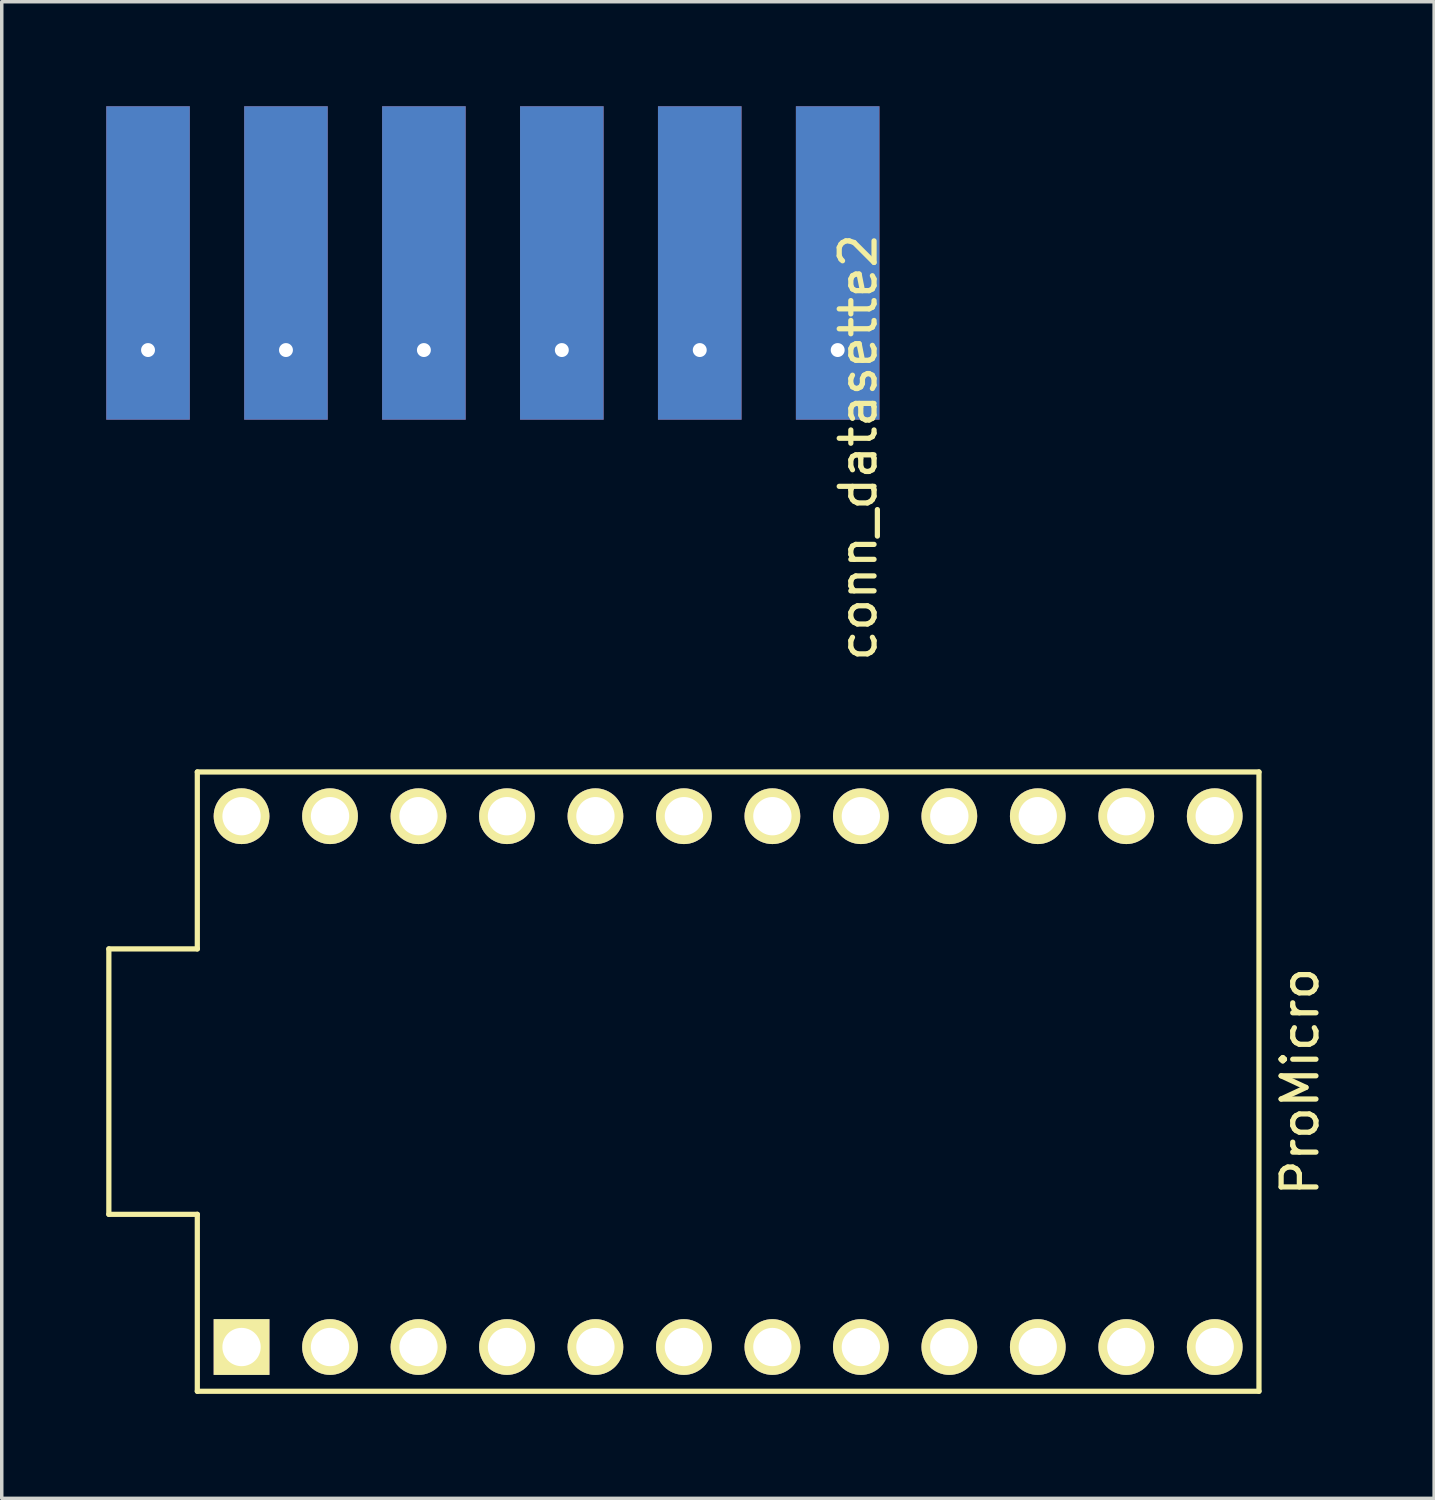
<source format=kicad_pcb>
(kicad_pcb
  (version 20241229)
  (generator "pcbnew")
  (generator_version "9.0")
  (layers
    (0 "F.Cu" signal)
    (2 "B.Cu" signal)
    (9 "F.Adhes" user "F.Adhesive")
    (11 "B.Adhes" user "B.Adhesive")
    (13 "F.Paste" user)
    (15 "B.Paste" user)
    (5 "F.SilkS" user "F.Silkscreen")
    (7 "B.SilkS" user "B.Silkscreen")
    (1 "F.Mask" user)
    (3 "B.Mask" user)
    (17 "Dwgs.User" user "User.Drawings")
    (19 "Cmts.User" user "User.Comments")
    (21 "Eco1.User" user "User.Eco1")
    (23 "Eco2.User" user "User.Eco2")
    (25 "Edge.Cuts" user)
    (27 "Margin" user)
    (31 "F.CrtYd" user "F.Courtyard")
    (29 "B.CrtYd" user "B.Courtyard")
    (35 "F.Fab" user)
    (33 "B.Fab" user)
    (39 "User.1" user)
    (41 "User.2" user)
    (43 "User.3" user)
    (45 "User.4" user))
  (footprint "ProMicro"
    (layer "F.Cu")
    (at 17.855 28.003)
    (property "Reference" "ProMicro" (at 16.421 0 90) (layer "F.SilkS") (effects (font (size 1 1) (thickness 0.15))))
    (attr through_hole)
    (fp_line (start -17.78 -3.81) (end -15.24 -3.81) (stroke (width 0.15) (type solid)) (layer "F.SilkS"))
    (fp_line (start -17.78 3.81) (end -17.78 -3.81) (stroke (width 0.15) (type solid)) (layer "F.SilkS"))
    (fp_line (start -15.24 -8.89) (end 15.24 -8.89) (stroke (width 0.15) (type solid)) (layer "F.SilkS"))
    (fp_line (start -15.24 -3.81) (end -15.24 -8.89) (stroke (width 0.15) (type solid)) (layer "F.SilkS"))
    (fp_line (start -15.24 3.81) (end -17.78 3.81) (stroke (width 0.15) (type solid)) (layer "F.SilkS"))
    (fp_line (start -15.24 8.89) (end -15.24 3.81) (stroke (width 0.15) (type solid)) (layer "F.SilkS"))
    (fp_line (start -15.24 8.89) (end 15.24 8.89) (stroke (width 0.15) (type solid)) (layer "F.SilkS"))
    (fp_line (start 15.24 -8.89) (end 15.24 8.89) (stroke (width 0.15) (type solid)) (layer "F.SilkS"))
    (pad "1" thru_hole rect (at -13.97 7.62) (size 1.6 1.6) (drill 1.1) (layers "*.Cu" "*.Mask" "F.SilkS"))
    (pad "2" thru_hole circle (at -11.43 7.62) (size 1.6 1.6) (drill 1.1) (layers "*.Cu" "*.Mask" "F.SilkS"))
    (pad "3" thru_hole circle (at -8.89 7.62) (size 1.6 1.6) (drill 1.1) (layers "*.Cu" "*.Mask" "F.SilkS"))
    (pad "4" thru_hole circle (at -6.35 7.62) (size 1.6 1.6) (drill 1.1) (layers "*.Cu" "*.Mask" "F.SilkS"))
    (pad "5" thru_hole circle (at -3.81 7.62) (size 1.6 1.6) (drill 1.1) (layers "*.Cu" "*.Mask" "F.SilkS"))
    (pad "6" thru_hole circle (at -1.27 7.62) (size 1.6 1.6) (drill 1.1) (layers "*.Cu" "*.Mask" "F.SilkS"))
    (pad "7" thru_hole circle (at 1.27 7.62) (size 1.6 1.6) (drill 1.1) (layers "*.Cu" "*.Mask" "F.SilkS"))
    (pad "8" thru_hole circle (at 3.81 7.62) (size 1.6 1.6) (drill 1.1) (layers "*.Cu" "*.Mask" "F.SilkS"))
    (pad "9" thru_hole circle (at 6.35 7.62) (size 1.6 1.6) (drill 1.1) (layers "*.Cu" "*.Mask" "F.SilkS"))
    (pad "10" thru_hole circle (at 8.89 7.62) (size 1.6 1.6) (drill 1.1) (layers "*.Cu" "*.Mask" "F.SilkS"))
    (pad "11" thru_hole circle (at 11.43 7.62) (size 1.6 1.6) (drill 1.1) (layers "*.Cu" "*.Mask" "F.SilkS"))
    (pad "12" thru_hole circle (at 13.97 7.62) (size 1.6 1.6) (drill 1.1) (layers "*.Cu" "*.Mask" "F.SilkS"))
    (pad "13" thru_hole circle (at 13.97 -7.62) (size 1.6 1.6) (drill 1.1) (layers "*.Cu" "*.Mask" "F.SilkS"))
    (pad "14" thru_hole circle (at 11.43 -7.62) (size 1.6 1.6) (drill 1.1) (layers "*.Cu" "*.Mask" "F.SilkS"))
    (pad "15" thru_hole circle (at 8.89 -7.62) (size 1.6 1.6) (drill 1.1) (layers "*.Cu" "*.Mask" "F.SilkS"))
    (pad "16" thru_hole circle (at 6.35 -7.62) (size 1.6 1.6) (drill 1.1) (layers "*.Cu" "*.Mask" "F.SilkS"))
    (pad "17" thru_hole circle (at 3.81 -7.62) (size 1.6 1.6) (drill 1.1) (layers "*.Cu" "*.Mask" "F.SilkS"))
    (pad "18" thru_hole circle (at 1.27 -7.62) (size 1.6 1.6) (drill 1.1) (layers "*.Cu" "*.Mask" "F.SilkS"))
    (pad "19" thru_hole circle (at -1.27 -7.62) (size 1.6 1.6) (drill 1.1) (layers "*.Cu" "*.Mask" "F.SilkS"))
    (pad "20" thru_hole circle (at -3.81 -7.62) (size 1.6 1.6) (drill 1.1) (layers "*.Cu" "*.Mask" "F.SilkS"))
    (pad "21" thru_hole circle (at -6.35 -7.62) (size 1.6 1.6) (drill 1.1) (layers "*.Cu" "*.Mask" "F.SilkS"))
    (pad "22" thru_hole circle (at -8.89 -7.62) (size 1.6 1.6) (drill 1.1) (layers "*.Cu" "*.Mask" "F.SilkS"))
    (pad "23" thru_hole circle (at -11.43 -7.62) (size 1.6 1.6) (drill 1.1) (layers "*.Cu" "*.Mask" "F.SilkS"))
    (pad "24" thru_hole circle (at -13.97 -7.62) (size 1.6 1.6) (drill 1.1) (layers "*.Cu" "*.Mask" "F.SilkS")))
  (footprint "conn_datasette2"
    (layer "F.Cu")
    (at 13.08 7)
    (property "Reference" "conn_datasette2" (at 8.509 2.794 90) (layer "F.SilkS") (effects (font (size 1 1) (thickness 0.15))))
    (attr through_hole)
    (pad "1" thru_hole rect (at -11.88 0) (size 2.4 9) (drill 0.4 (offset 0 -2.5)) (layers "*.Cu" "*.Mask"))
    (pad "2" thru_hole rect (at -7.92 0) (size 2.4 9) (drill 0.4 (offset 0 -2.5)) (layers "*.Cu" "*.Mask"))
    (pad "3" thru_hole rect (at -3.96 0) (size 2.4 9) (drill 0.4 (offset 0 -2.5)) (layers "*.Cu" "*.Mask"))
    (pad "4" thru_hole rect (at 0 0) (size 2.4 9) (drill 0.4 (offset 0 -2.5)) (layers "*.Cu" "*.Mask"))
    (pad "5" thru_hole rect (at 3.96 0) (size 2.4 9) (drill 0.4 (offset 0 -2.5)) (layers "*.Cu" "*.Mask"))
    (pad "6" thru_hole rect (at 7.92 0) (size 2.4 9) (drill 0.4 (offset 0 -2.5)) (layers "*.Cu" "*.Mask")))
  (gr_rect
    (start -3 -3)
    (end 38.124 39.968)
    (stroke (width 0.1) (type default))
    (fill no)
    (layer "Edge.Cuts")))
</source>
